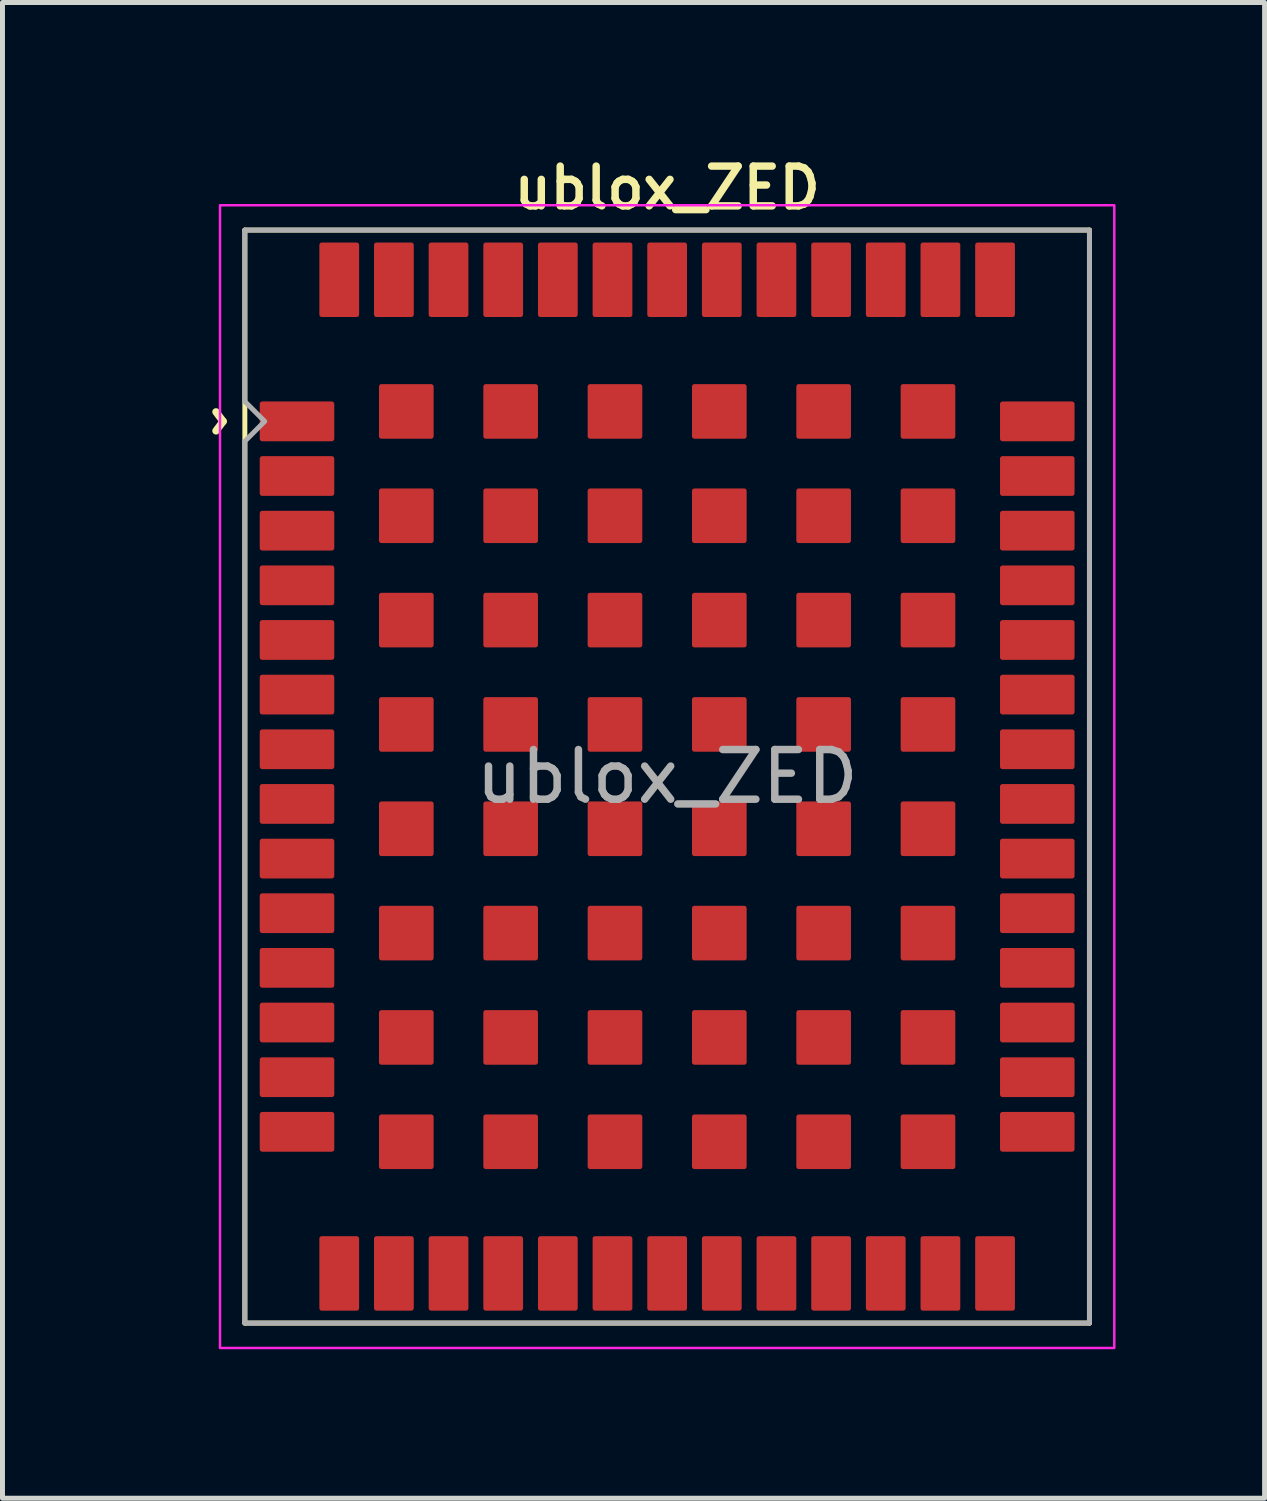
<source format=kicad_pcb>
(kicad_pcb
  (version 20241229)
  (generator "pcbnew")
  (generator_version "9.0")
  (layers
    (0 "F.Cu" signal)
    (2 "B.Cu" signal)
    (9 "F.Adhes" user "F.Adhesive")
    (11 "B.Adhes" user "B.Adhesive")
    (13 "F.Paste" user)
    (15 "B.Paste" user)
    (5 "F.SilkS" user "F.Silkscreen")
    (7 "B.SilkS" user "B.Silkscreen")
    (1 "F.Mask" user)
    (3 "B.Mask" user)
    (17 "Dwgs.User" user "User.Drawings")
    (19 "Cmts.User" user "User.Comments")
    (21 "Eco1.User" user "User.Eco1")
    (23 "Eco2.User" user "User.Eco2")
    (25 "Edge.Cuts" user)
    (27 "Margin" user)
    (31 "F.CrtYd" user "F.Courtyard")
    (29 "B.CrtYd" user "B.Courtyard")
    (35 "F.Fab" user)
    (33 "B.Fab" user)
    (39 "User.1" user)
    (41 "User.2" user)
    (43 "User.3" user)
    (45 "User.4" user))
  (footprint "ublox_ZED"
    (layer "F.Cu")
    (at 10.378 12.581)
    (property "Reference" "ublox_ZED" (at 0 -11.85 180) (layer "F.SilkS") (effects (font (size 0.8 0.8) (thickness 0.15))))
    (attr smd)
    (fp_line (start -8.5 -11) (end -8.5 11) (stroke (width 0.1) (type solid)) (layer "F.SilkS"))
    (fp_line (start -8.5 -11) (end 8.5 -11) (stroke (width 0.1) (type solid)) (layer "F.SilkS"))
    (fp_line (start -8.5 11) (end 8.5 11) (stroke (width 0.1) (type solid)) (layer "F.SilkS"))
    (fp_line (start 8.5 11) (end 8.5 -11) (stroke (width 0.1) (type solid)) (layer "F.SilkS"))
    (fp_rect (start -9 -11.5) (end 9 11.5) (stroke (width 0.05) (type default)) (fill no) (layer "F.CrtYd"))
    (fp_poly (pts (xy 8.5 11) (xy -8.5 11) (xy -8.5 -6.75) (xy -8.1 -7.15) (xy -8.5 -7.55) (xy -8.5 -11) (xy 8.5 -11)) (stroke (width 0.1) (type solid)) (fill no) (layer "F.Fab"))
    (fp_text user "^" (at -9.53 -7.15 270) (unlocked yes) (layer "F.SilkS") (effects (font (size 1 1) (thickness 0.15))))
    (fp_text user "${REFERENCE}" (at 0 0 0) (layer "F.Fab") (effects (font (size 1 1) (thickness 0.15))))
    (pad "1" smd roundrect (at -7.45 -7.15 270) (size 0.8 1.5) (layers "F.Cu" "F.Mask" "F.Paste") (roundrect_rratio 0.062))
    (pad "2" smd roundrect (at -7.45 -6.05 270) (size 0.8 1.5) (layers "F.Cu" "F.Mask" "F.Paste") (roundrect_rratio 0.062))
    (pad "3" smd roundrect (at -7.45 -4.95 270) (size 0.8 1.5) (layers "F.Cu" "F.Mask" "F.Paste") (roundrect_rratio 0.062))
    (pad "4" smd roundrect (at -7.45 -3.85 270) (size 0.8 1.5) (layers "F.Cu" "F.Mask" "F.Paste") (roundrect_rratio 0.062))
    (pad "5" smd roundrect (at -7.45 -2.75 270) (size 0.8 1.5) (layers "F.Cu" "F.Mask" "F.Paste") (roundrect_rratio 0.062))
    (pad "6" smd roundrect (at -7.45 -1.65 270) (size 0.8 1.5) (layers "F.Cu" "F.Mask" "F.Paste") (roundrect_rratio 0.062))
    (pad "7" smd roundrect (at -7.45 -0.55 270) (size 0.8 1.5) (layers "F.Cu" "F.Mask" "F.Paste") (roundrect_rratio 0.062))
    (pad "8" smd roundrect (at -7.45 0.55 270) (size 0.8 1.5) (layers "F.Cu" "F.Mask" "F.Paste") (roundrect_rratio 0.062))
    (pad "9" smd roundrect (at -7.45 1.65 270) (size 0.8 1.5) (layers "F.Cu" "F.Mask" "F.Paste") (roundrect_rratio 0.062))
    (pad "10" smd roundrect (at -7.45 2.75 270) (size 0.8 1.5) (layers "F.Cu" "F.Mask" "F.Paste") (roundrect_rratio 0.062))
    (pad "11" smd roundrect (at -7.45 3.85 270) (size 0.8 1.5) (layers "F.Cu" "F.Mask" "F.Paste") (roundrect_rratio 0.062))
    (pad "12" smd roundrect (at -7.45 4.95 270) (size 0.8 1.5) (layers "F.Cu" "F.Mask" "F.Paste") (roundrect_rratio 0.062))
    (pad "13" smd roundrect (at -7.45 6.05 270) (size 0.8 1.5) (layers "F.Cu" "F.Mask" "F.Paste") (roundrect_rratio 0.062))
    (pad "14" smd roundrect (at -7.45 7.15 270) (size 0.8 1.5) (layers "F.Cu" "F.Mask" "F.Paste") (roundrect_rratio 0.062))
    (pad "15" smd roundrect (at -6.6 10 180) (size 0.8 1.5) (layers "F.Cu" "F.Mask" "F.Paste") (roundrect_rratio 0.062))
    (pad "16" smd roundrect (at -5.5 10 180) (size 0.8 1.5) (layers "F.Cu" "F.Mask" "F.Paste") (roundrect_rratio 0.062))
    (pad "17" smd roundrect (at -4.4 10 180) (size 0.8 1.5) (layers "F.Cu" "F.Mask" "F.Paste") (roundrect_rratio 0.062))
    (pad "18" smd roundrect (at -3.3 10 180) (size 0.8 1.5) (layers "F.Cu" "F.Mask" "F.Paste") (roundrect_rratio 0.062))
    (pad "19" smd roundrect (at -2.2 10 180) (size 0.8 1.5) (layers "F.Cu" "F.Mask" "F.Paste") (roundrect_rratio 0.062))
    (pad "20" smd roundrect (at -1.1 10 180) (size 0.8 1.5) (layers "F.Cu" "F.Mask" "F.Paste") (roundrect_rratio 0.062))
    (pad "21" smd roundrect (at 0 10 180) (size 0.8 1.5) (layers "F.Cu" "F.Mask" "F.Paste") (roundrect_rratio 0.062))
    (pad "22" smd roundrect (at 1.1 10 180) (size 0.8 1.5) (layers "F.Cu" "F.Mask" "F.Paste") (roundrect_rratio 0.062))
    (pad "23" smd roundrect (at 2.2 10 180) (size 0.8 1.5) (layers "F.Cu" "F.Mask" "F.Paste") (roundrect_rratio 0.062))
    (pad "24" smd roundrect (at 3.3 10 180) (size 0.8 1.5) (layers "F.Cu" "F.Mask" "F.Paste") (roundrect_rratio 0.062))
    (pad "25" smd roundrect (at 4.4 10 180) (size 0.8 1.5) (layers "F.Cu" "F.Mask" "F.Paste") (roundrect_rratio 0.062))
    (pad "26" smd roundrect (at 5.5 10 180) (size 0.8 1.5) (layers "F.Cu" "F.Mask" "F.Paste") (roundrect_rratio 0.062))
    (pad "27" smd roundrect (at 6.6 10 180) (size 0.8 1.5) (layers "F.Cu" "F.Mask" "F.Paste") (roundrect_rratio 0.062))
    (pad "28" smd roundrect (at 7.45 7.15 270) (size 0.8 1.5) (layers "F.Cu" "F.Mask" "F.Paste") (roundrect_rratio 0.062))
    (pad "29" smd roundrect (at 7.45 6.05 270) (size 0.8 1.5) (layers "F.Cu" "F.Mask" "F.Paste") (roundrect_rratio 0.062))
    (pad "30" smd roundrect (at 7.45 4.95 270) (size 0.8 1.5) (layers "F.Cu" "F.Mask" "F.Paste") (roundrect_rratio 0.062))
    (pad "31" smd roundrect (at 7.45 3.85 270) (size 0.8 1.5) (layers "F.Cu" "F.Mask" "F.Paste") (roundrect_rratio 0.062))
    (pad "32" smd roundrect (at 7.45 2.75 270) (size 0.8 1.5) (layers "F.Cu" "F.Mask" "F.Paste") (roundrect_rratio 0.062))
    (pad "33" smd roundrect (at 7.45 1.65 270) (size 0.8 1.5) (layers "F.Cu" "F.Mask" "F.Paste") (roundrect_rratio 0.062))
    (pad "34" smd roundrect (at 7.45 0.55 270) (size 0.8 1.5) (layers "F.Cu" "F.Mask" "F.Paste") (roundrect_rratio 0.062))
    (pad "35" smd roundrect (at 7.45 -0.55 270) (size 0.8 1.5) (layers "F.Cu" "F.Mask" "F.Paste") (roundrect_rratio 0.062))
    (pad "36" smd roundrect (at 7.45 -1.65 270) (size 0.8 1.5) (layers "F.Cu" "F.Mask" "F.Paste") (roundrect_rratio 0.062))
    (pad "37" smd roundrect (at 7.45 -2.75 270) (size 0.8 1.5) (layers "F.Cu" "F.Mask" "F.Paste") (roundrect_rratio 0.062))
    (pad "38" smd roundrect (at 7.45 -3.85 270) (size 0.8 1.5) (layers "F.Cu" "F.Mask" "F.Paste") (roundrect_rratio 0.062))
    (pad "39" smd roundrect (at 7.45 -4.95 270) (size 0.8 1.5) (layers "F.Cu" "F.Mask" "F.Paste") (roundrect_rratio 0.062))
    (pad "40" smd roundrect (at 7.45 -6.05 270) (size 0.8 1.5) (layers "F.Cu" "F.Mask" "F.Paste") (roundrect_rratio 0.062))
    (pad "41" smd roundrect (at 7.45 -7.15 270) (size 0.8 1.5) (layers "F.Cu" "F.Mask" "F.Paste") (roundrect_rratio 0.062))
    (pad "42" smd roundrect (at 6.6 -10 180) (size 0.8 1.5) (layers "F.Cu" "F.Mask" "F.Paste") (roundrect_rratio 0.062))
    (pad "43" smd roundrect (at 5.5 -10 180) (size 0.8 1.5) (layers "F.Cu" "F.Mask" "F.Paste") (roundrect_rratio 0.062))
    (pad "44" smd roundrect (at 4.4 -10 180) (size 0.8 1.5) (layers "F.Cu" "F.Mask" "F.Paste") (roundrect_rratio 0.062))
    (pad "45" smd roundrect (at 3.3 -10 180) (size 0.8 1.5) (layers "F.Cu" "F.Mask" "F.Paste") (roundrect_rratio 0.062))
    (pad "46" smd roundrect (at 2.2 -10 180) (size 0.8 1.5) (layers "F.Cu" "F.Mask" "F.Paste") (roundrect_rratio 0.062))
    (pad "47" smd roundrect (at 1.1 -10 180) (size 0.8 1.5) (layers "F.Cu" "F.Mask" "F.Paste") (roundrect_rratio 0.062))
    (pad "48" smd roundrect (at 0 -10 180) (size 0.8 1.5) (layers "F.Cu" "F.Mask" "F.Paste") (roundrect_rratio 0.062))
    (pad "49" smd roundrect (at -1.1 -10 180) (size 0.8 1.5) (layers "F.Cu" "F.Mask" "F.Paste") (roundrect_rratio 0.062))
    (pad "50" smd roundrect (at -2.2 -10 180) (size 0.8 1.5) (layers "F.Cu" "F.Mask" "F.Paste") (roundrect_rratio 0.062))
    (pad "51" smd roundrect (at -3.3 -10 180) (size 0.8 1.5) (layers "F.Cu" "F.Mask" "F.Paste") (roundrect_rratio 0.062))
    (pad "52" smd roundrect (at -4.4 -10 180) (size 0.8 1.5) (layers "F.Cu" "F.Mask" "F.Paste") (roundrect_rratio 0.062))
    (pad "53" smd roundrect (at -5.5 -10 180) (size 0.8 1.5) (layers "F.Cu" "F.Mask" "F.Paste") (roundrect_rratio 0.062))
    (pad "54" smd roundrect (at -6.6 -10 180) (size 0.8 1.5) (layers "F.Cu" "F.Mask" "F.Paste") (roundrect_rratio 0.062))
    (pad "55" smd roundrect (at -5.25 -7.35 180) (size 1.1 1.1) (layers "F.Cu" "F.Mask" "F.Paste") (roundrect_rratio 0.045))
    (pad "55" smd roundrect (at -5.25 -5.25 180) (size 1.1 1.1) (layers "F.Cu" "F.Mask" "F.Paste") (roundrect_rratio 0.045))
    (pad "55" smd roundrect (at -5.25 -3.15 180) (size 1.1 1.1) (layers "F.Cu" "F.Mask" "F.Paste") (roundrect_rratio 0.045))
    (pad "55" smd roundrect (at -5.25 -1.05 180) (size 1.1 1.1) (layers "F.Cu" "F.Mask" "F.Paste") (roundrect_rratio 0.045))
    (pad "55" smd roundrect (at -5.25 1.05 180) (size 1.1 1.1) (layers "F.Cu" "F.Mask" "F.Paste") (roundrect_rratio 0.045))
    (pad "55" smd roundrect (at -5.25 3.15 180) (size 1.1 1.1) (layers "F.Cu" "F.Mask" "F.Paste") (roundrect_rratio 0.045))
    (pad "55" smd roundrect (at -5.25 5.25 180) (size 1.1 1.1) (layers "F.Cu" "F.Mask" "F.Paste") (roundrect_rratio 0.045))
    (pad "55" smd roundrect (at -5.25 7.35 180) (size 1.1 1.1) (layers "F.Cu" "F.Mask" "F.Paste") (roundrect_rratio 0.045))
    (pad "55" smd roundrect (at -3.15 -7.35 180) (size 1.1 1.1) (layers "F.Cu" "F.Mask" "F.Paste") (roundrect_rratio 0.045))
    (pad "55" smd roundrect (at -3.15 -5.25 180) (size 1.1 1.1) (layers "F.Cu" "F.Mask" "F.Paste") (roundrect_rratio 0.045))
    (pad "55" smd roundrect (at -3.15 -3.15 180) (size 1.1 1.1) (layers "F.Cu" "F.Mask" "F.Paste") (roundrect_rratio 0.045))
    (pad "55" smd roundrect (at -3.15 -1.05 180) (size 1.1 1.1) (layers "F.Cu" "F.Mask" "F.Paste") (roundrect_rratio 0.045))
    (pad "55" smd roundrect (at -3.15 1.05 180) (size 1.1 1.1) (layers "F.Cu" "F.Mask" "F.Paste") (roundrect_rratio 0.045))
    (pad "55" smd roundrect (at -3.15 3.15 180) (size 1.1 1.1) (layers "F.Cu" "F.Mask" "F.Paste") (roundrect_rratio 0.045))
    (pad "55" smd roundrect (at -3.15 5.25 180) (size 1.1 1.1) (layers "F.Cu" "F.Mask" "F.Paste") (roundrect_rratio 0.045))
    (pad "55" smd roundrect (at -3.15 7.35 180) (size 1.1 1.1) (layers "F.Cu" "F.Mask" "F.Paste") (roundrect_rratio 0.045))
    (pad "55" smd roundrect (at -1.05 -7.35 180) (size 1.1 1.1) (layers "F.Cu" "F.Mask" "F.Paste") (roundrect_rratio 0.045))
    (pad "55" smd roundrect (at -1.05 -5.25 180) (size 1.1 1.1) (layers "F.Cu" "F.Mask" "F.Paste") (roundrect_rratio 0.045))
    (pad "55" smd roundrect (at -1.05 -3.15 180) (size 1.1 1.1) (layers "F.Cu" "F.Mask" "F.Paste") (roundrect_rratio 0.045))
    (pad "55" smd roundrect (at -1.05 -1.05 180) (size 1.1 1.1) (layers "F.Cu" "F.Mask" "F.Paste") (roundrect_rratio 0.045))
    (pad "55" smd roundrect (at -1.05 1.05 180) (size 1.1 1.1) (layers "F.Cu" "F.Mask" "F.Paste") (roundrect_rratio 0.045))
    (pad "55" smd roundrect (at -1.05 3.15 180) (size 1.1 1.1) (layers "F.Cu" "F.Mask" "F.Paste") (roundrect_rratio 0.045))
    (pad "55" smd roundrect (at -1.05 5.25 180) (size 1.1 1.1) (layers "F.Cu" "F.Mask" "F.Paste") (roundrect_rratio 0.045))
    (pad "55" smd roundrect (at -1.05 7.35 180) (size 1.1 1.1) (layers "F.Cu" "F.Mask" "F.Paste") (roundrect_rratio 0.045))
    (pad "55" smd roundrect (at 1.05 -7.35 180) (size 1.1 1.1) (layers "F.Cu" "F.Mask" "F.Paste") (roundrect_rratio 0.045))
    (pad "55" smd roundrect (at 1.05 -5.25 180) (size 1.1 1.1) (layers "F.Cu" "F.Mask" "F.Paste") (roundrect_rratio 0.045))
    (pad "55" smd roundrect (at 1.05 -3.15 180) (size 1.1 1.1) (layers "F.Cu" "F.Mask" "F.Paste") (roundrect_rratio 0.045))
    (pad "55" smd roundrect (at 1.05 -1.05 180) (size 1.1 1.1) (layers "F.Cu" "F.Mask" "F.Paste") (roundrect_rratio 0.045))
    (pad "55" smd roundrect (at 1.05 1.05 180) (size 1.1 1.1) (layers "F.Cu" "F.Mask" "F.Paste") (roundrect_rratio 0.045))
    (pad "55" smd roundrect (at 1.05 3.15 180) (size 1.1 1.1) (layers "F.Cu" "F.Mask" "F.Paste") (roundrect_rratio 0.045))
    (pad "55" smd roundrect (at 1.05 5.25 180) (size 1.1 1.1) (layers "F.Cu" "F.Mask" "F.Paste") (roundrect_rratio 0.045))
    (pad "55" smd roundrect (at 1.05 7.35 180) (size 1.1 1.1) (layers "F.Cu" "F.Mask" "F.Paste") (roundrect_rratio 0.045))
    (pad "55" smd roundrect (at 3.15 -7.35 180) (size 1.1 1.1) (layers "F.Cu" "F.Mask" "F.Paste") (roundrect_rratio 0.045))
    (pad "55" smd roundrect (at 3.15 -5.25 180) (size 1.1 1.1) (layers "F.Cu" "F.Mask" "F.Paste") (roundrect_rratio 0.045))
    (pad "55" smd roundrect (at 3.15 -3.15 180) (size 1.1 1.1) (layers "F.Cu" "F.Mask" "F.Paste") (roundrect_rratio 0.045))
    (pad "55" smd roundrect (at 3.15 -1.05 180) (size 1.1 1.1) (layers "F.Cu" "F.Mask" "F.Paste") (roundrect_rratio 0.045))
    (pad "55" smd roundrect (at 3.15 1.05 180) (size 1.1 1.1) (layers "F.Cu" "F.Mask" "F.Paste") (roundrect_rratio 0.045))
    (pad "55" smd roundrect (at 3.15 3.15 180) (size 1.1 1.1) (layers "F.Cu" "F.Mask" "F.Paste") (roundrect_rratio 0.045))
    (pad "55" smd roundrect (at 3.15 5.25 180) (size 1.1 1.1) (layers "F.Cu" "F.Mask" "F.Paste") (roundrect_rratio 0.045))
    (pad "55" smd roundrect (at 3.15 7.35 180) (size 1.1 1.1) (layers "F.Cu" "F.Mask" "F.Paste") (roundrect_rratio 0.045))
    (pad "55" smd roundrect (at 5.25 -7.35 180) (size 1.1 1.1) (layers "F.Cu" "F.Mask" "F.Paste") (roundrect_rratio 0.045))
    (pad "55" smd roundrect (at 5.25 -5.25 180) (size 1.1 1.1) (layers "F.Cu" "F.Mask" "F.Paste") (roundrect_rratio 0.045))
    (pad "55" smd roundrect (at 5.25 -3.15 180) (size 1.1 1.1) (layers "F.Cu" "F.Mask" "F.Paste") (roundrect_rratio 0.045))
    (pad "55" smd roundrect (at 5.25 -1.05 180) (size 1.1 1.1) (layers "F.Cu" "F.Mask" "F.Paste") (roundrect_rratio 0.045))
    (pad "55" smd roundrect (at 5.25 1.05 180) (size 1.1 1.1) (layers "F.Cu" "F.Mask" "F.Paste") (roundrect_rratio 0.045))
    (pad "55" smd roundrect (at 5.25 3.15 180) (size 1.1 1.1) (layers "F.Cu" "F.Mask" "F.Paste") (roundrect_rratio 0.045))
    (pad "55" smd roundrect (at 5.25 5.25 180) (size 1.1 1.1) (layers "F.Cu" "F.Mask" "F.Paste") (roundrect_rratio 0.045))
    (pad "55" smd roundrect (at 5.25 7.35 180) (size 1.1 1.1) (layers "F.Cu" "F.Mask" "F.Paste") (roundrect_rratio 0.045)))
  (gr_rect
    (start -3 -3)
    (end 22.403 27.106)
    (stroke (width 0.1) (type default))
    (fill no)
    (layer "Edge.Cuts")))
</source>
